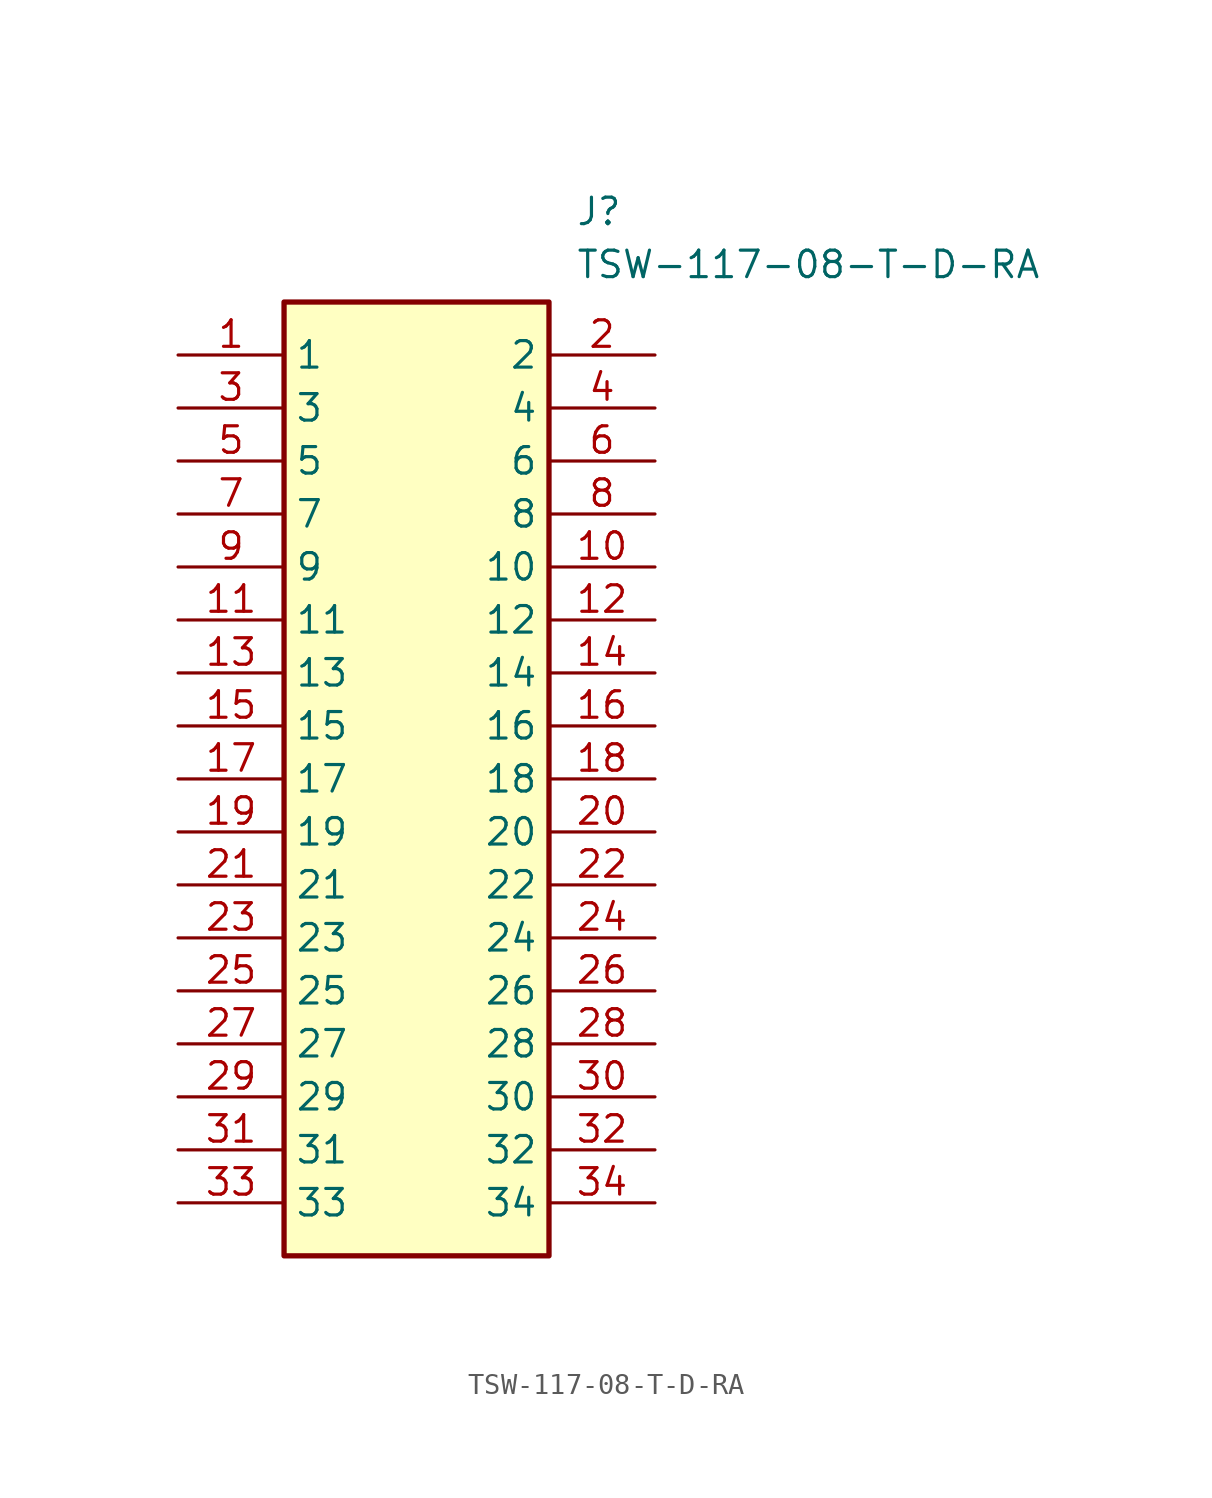
<source format=kicad_sym>
(kicad_symbol_lib
  (version 20211014)
  (generator SamacSys_ECAD_Model)
  (symbol "TSW-117-08-T-D-RA"
    (property "Reference" "J"
      (at 19.05 7.62 0)
      (effects (font (size 1.27 1.27)) (justify left top)))
    (property "Value" "TSW-117-08-T-D-RA"
      (at 19.05 5.08 0)
      (effects (font (size 1.27 1.27)) (justify left top)))
    (rectangle
      (start 5.08 2.54)
      (end 17.78 -43.18)
      (stroke (width 0.254) (type default))
      (fill (type background)))
    (pin passive line
      (at 0 0 0)
      (length 5.08)
      (name "1" (effects (font (size 1.27 1.27))))
      (number "1" (effects (font (size 1.27 1.27)))))
    (pin passive line
      (at 0 -2.54 0)
      (length 5.08)
      (name "3" (effects (font (size 1.27 1.27))))
      (number "3" (effects (font (size 1.27 1.27)))))
    (pin passive line
      (at 0 -5.08 0)
      (length 5.08)
      (name "5" (effects (font (size 1.27 1.27))))
      (number "5" (effects (font (size 1.27 1.27)))))
    (pin passive line
      (at 0 -7.62 0)
      (length 5.08)
      (name "7" (effects (font (size 1.27 1.27))))
      (number "7" (effects (font (size 1.27 1.27)))))
    (pin passive line
      (at 0 -10.16 0)
      (length 5.08)
      (name "9" (effects (font (size 1.27 1.27))))
      (number "9" (effects (font (size 1.27 1.27)))))
    (pin passive line
      (at 0 -12.7 0)
      (length 5.08)
      (name "11" (effects (font (size 1.27 1.27))))
      (number "11" (effects (font (size 1.27 1.27)))))
    (pin passive line
      (at 0 -15.24 0)
      (length 5.08)
      (name "13" (effects (font (size 1.27 1.27))))
      (number "13" (effects (font (size 1.27 1.27)))))
    (pin passive line
      (at 0 -17.78 0)
      (length 5.08)
      (name "15" (effects (font (size 1.27 1.27))))
      (number "15" (effects (font (size 1.27 1.27)))))
    (pin passive line
      (at 0 -20.32 0)
      (length 5.08)
      (name "17" (effects (font (size 1.27 1.27))))
      (number "17" (effects (font (size 1.27 1.27)))))
    (pin passive line
      (at 0 -22.86 0)
      (length 5.08)
      (name "19" (effects (font (size 1.27 1.27))))
      (number "19" (effects (font (size 1.27 1.27)))))
    (pin passive line
      (at 0 -25.4 0)
      (length 5.08)
      (name "21" (effects (font (size 1.27 1.27))))
      (number "21" (effects (font (size 1.27 1.27)))))
    (pin passive line
      (at 0 -27.94 0)
      (length 5.08)
      (name "23" (effects (font (size 1.27 1.27))))
      (number "23" (effects (font (size 1.27 1.27)))))
    (pin passive line
      (at 0 -30.48 0)
      (length 5.08)
      (name "25" (effects (font (size 1.27 1.27))))
      (number "25" (effects (font (size 1.27 1.27)))))
    (pin passive line
      (at 0 -33.02 0)
      (length 5.08)
      (name "27" (effects (font (size 1.27 1.27))))
      (number "27" (effects (font (size 1.27 1.27)))))
    (pin passive line
      (at 0 -35.56 0)
      (length 5.08)
      (name "29" (effects (font (size 1.27 1.27))))
      (number "29" (effects (font (size 1.27 1.27)))))
    (pin passive line
      (at 0 -38.1 0)
      (length 5.08)
      (name "31" (effects (font (size 1.27 1.27))))
      (number "31" (effects (font (size 1.27 1.27)))))
    (pin passive line
      (at 0 -40.64 0)
      (length 5.08)
      (name "33" (effects (font (size 1.27 1.27))))
      (number "33" (effects (font (size 1.27 1.27)))))
    (pin passive line
      (at 22.86 0 180)
      (length 5.08)
      (name "2" (effects (font (size 1.27 1.27))))
      (number "2" (effects (font (size 1.27 1.27)))))
    (pin passive line
      (at 22.86 -2.54 180)
      (length 5.08)
      (name "4" (effects (font (size 1.27 1.27))))
      (number "4" (effects (font (size 1.27 1.27)))))
    (pin passive line
      (at 22.86 -5.08 180)
      (length 5.08)
      (name "6" (effects (font (size 1.27 1.27))))
      (number "6" (effects (font (size 1.27 1.27)))))
    (pin passive line
      (at 22.86 -7.62 180)
      (length 5.08)
      (name "8" (effects (font (size 1.27 1.27))))
      (number "8" (effects (font (size 1.27 1.27)))))
    (pin passive line
      (at 22.86 -10.16 180)
      (length 5.08)
      (name "10" (effects (font (size 1.27 1.27))))
      (number "10" (effects (font (size 1.27 1.27)))))
    (pin passive line
      (at 22.86 -12.7 180)
      (length 5.08)
      (name "12" (effects (font (size 1.27 1.27))))
      (number "12" (effects (font (size 1.27 1.27)))))
    (pin passive line
      (at 22.86 -15.24 180)
      (length 5.08)
      (name "14" (effects (font (size 1.27 1.27))))
      (number "14" (effects (font (size 1.27 1.27)))))
    (pin passive line
      (at 22.86 -17.78 180)
      (length 5.08)
      (name "16" (effects (font (size 1.27 1.27))))
      (number "16" (effects (font (size 1.27 1.27)))))
    (pin passive line
      (at 22.86 -20.32 180)
      (length 5.08)
      (name "18" (effects (font (size 1.27 1.27))))
      (number "18" (effects (font (size 1.27 1.27)))))
    (pin passive line
      (at 22.86 -22.86 180)
      (length 5.08)
      (name "20" (effects (font (size 1.27 1.27))))
      (number "20" (effects (font (size 1.27 1.27)))))
    (pin passive line
      (at 22.86 -25.4 180)
      (length 5.08)
      (name "22" (effects (font (size 1.27 1.27))))
      (number "22" (effects (font (size 1.27 1.27)))))
    (pin passive line
      (at 22.86 -27.94 180)
      (length 5.08)
      (name "24" (effects (font (size 1.27 1.27))))
      (number "24" (effects (font (size 1.27 1.27)))))
    (pin passive line
      (at 22.86 -30.48 180)
      (length 5.08)
      (name "26" (effects (font (size 1.27 1.27))))
      (number "26" (effects (font (size 1.27 1.27)))))
    (pin passive line
      (at 22.86 -33.02 180)
      (length 5.08)
      (name "28" (effects (font (size 1.27 1.27))))
      (number "28" (effects (font (size 1.27 1.27)))))
    (pin passive line
      (at 22.86 -35.56 180)
      (length 5.08)
      (name "30" (effects (font (size 1.27 1.27))))
      (number "30" (effects (font (size 1.27 1.27)))))
    (pin passive line
      (at 22.86 -38.1 180)
      (length 5.08)
      (name "32" (effects (font (size 1.27 1.27))))
      (number "32" (effects (font (size 1.27 1.27)))))
    (pin passive line
      (at 22.86 -40.64 180)
      (length 5.08)
      (name "34" (effects (font (size 1.27 1.27))))
      (number "34" (effects (font (size 1.27 1.27)))))))
</source>
